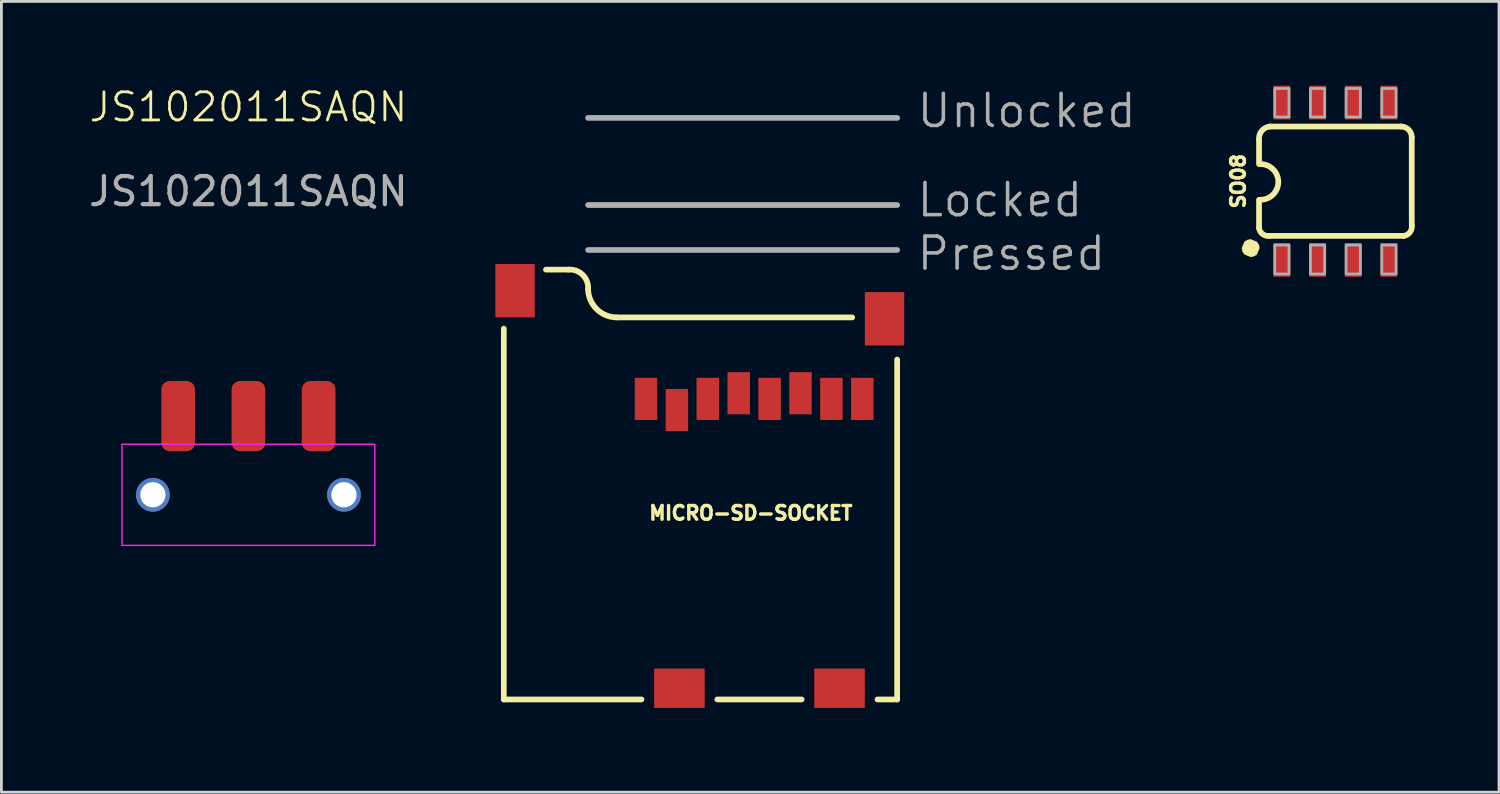
<source format=kicad_pcb>
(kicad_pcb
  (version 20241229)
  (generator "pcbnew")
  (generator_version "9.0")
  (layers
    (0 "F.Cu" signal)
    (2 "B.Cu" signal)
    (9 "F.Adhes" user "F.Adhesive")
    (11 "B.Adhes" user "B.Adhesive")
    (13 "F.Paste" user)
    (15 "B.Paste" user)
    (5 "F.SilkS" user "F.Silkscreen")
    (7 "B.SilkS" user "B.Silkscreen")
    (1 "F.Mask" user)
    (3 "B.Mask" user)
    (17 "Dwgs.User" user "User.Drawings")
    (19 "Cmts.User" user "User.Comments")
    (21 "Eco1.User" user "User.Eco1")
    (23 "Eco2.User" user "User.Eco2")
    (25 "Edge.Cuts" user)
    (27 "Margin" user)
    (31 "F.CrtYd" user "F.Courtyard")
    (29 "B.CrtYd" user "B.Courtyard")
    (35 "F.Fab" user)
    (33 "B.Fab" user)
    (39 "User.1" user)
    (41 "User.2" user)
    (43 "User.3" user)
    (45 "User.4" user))
  (footprint "JS102011SAQN"
    (layer "F.Cu")
    (at 5.792 11.761)
    (property "Reference" "JS102011SAQN" (at 0 -11 0) (unlocked yes) (layer "F.SilkS") (effects (font (size 1 1) (thickness 0.1))))
    (attr smd)
    (fp_rect (start -4.5 1) (end 4.5 4.6) (stroke (width 0.05) (type default)) (fill no) (layer "F.CrtYd"))
    (fp_text user "${REFERENCE}" (at 0 -8 0) (unlocked yes) (layer "F.Fab") (effects (font (size 1 1) (thickness 0.15))))
    (pad "" np_thru_hole circle (at -3.4 2.8) (size 1.2 1.2) (drill 0.9) (layers "*.Cu" "*.Mask"))
    (pad "" np_thru_hole circle (at 3.4 2.8) (size 1.2 1.2) (drill 0.9) (layers "*.Cu" "*.Mask"))
    (pad "1" smd roundrect (at -2.5 0) (size 1.2 2.5) (layers "F.Cu" "F.Mask" "F.Paste") (roundrect_rratio 0.25))
    (pad "2" smd roundrect (at 0 0) (size 1.2 2.5) (layers "F.Cu" "F.Mask" "F.Paste") (roundrect_rratio 0.25))
    (pad "3" smd roundrect (at 2.5 0) (size 1.2 2.5) (layers "F.Cu" "F.Mask" "F.Paste") (roundrect_rratio 0.25)))
  (footprint "MICRO-SD-SOCKET"
    (layer "F.Cu")
    (at 28.883 21.847)
    (property "Reference" "MICRO-SD-SOCKET" (at -8.89 -6.35 0) (layer "F.SilkS") (effects (font (size 0.488 0.488) (thickness 0.122)) (justify left bottom)))
    (fp_line (start -14 0) (end -14 -13.2) (stroke (width 0.203) (type solid)) (layer "F.SilkS"))
    (fp_line (start -14 0) (end -9.1 0) (stroke (width 0.203) (type solid)) (layer "F.SilkS"))
    (fp_line (start -11.7 -15.3) (end -12.5 -15.3) (stroke (width 0.203) (type solid)) (layer "F.SilkS"))
    (fp_line (start -10 -13.6) (end -1.6 -13.6) (stroke (width 0.203) (type solid)) (layer "F.SilkS"))
    (fp_line (start -3.4 0) (end -6.4 0) (stroke (width 0.203) (type solid)) (layer "F.SilkS"))
    (fp_line (start 0 -12.1) (end 0 0) (stroke (width 0.203) (type solid)) (layer "F.SilkS"))
    (fp_line (start 0 0) (end -0.7 0) (stroke (width 0.203) (type solid)) (layer "F.SilkS"))
    (fp_arc (start -11.7 -15.3) (mid -11.189022 -15.110978) (end -10.999999 -14.600001) (stroke (width 0.2032) (type solid)) (layer "F.SilkS"))
    (fp_arc (start -10.000001 -13.599999) (mid -10.700001 -13.9) (end -11 -14.6) (stroke (width 0.2032) (type solid)) (layer "F.SilkS"))
    (fp_line (start -11 -16) (end 0 -16) (stroke (width 0.203) (type solid)) (layer "F.Fab"))
    (fp_line (start 0 -20.7) (end -11 -20.7) (stroke (width 0.203) (type solid)) (layer "F.Fab"))
    (fp_line (start 0 -17.6) (end -11 -17.6) (stroke (width 0.203) (type solid)) (layer "F.Fab"))
    (fp_text user "Locked" (at 0.635 -17.78 0) (layer "F.Fab") (effects (font (size 1.143 1.143) (thickness 0.127)) (justify left)))
    (fp_text user "Pressed" (at 0.635 -15.875 0) (layer "F.Fab") (effects (font (size 1.143 1.143) (thickness 0.127)) (justify left)))
    (fp_text user "Unlocked" (at 0.635 -20.955 0) (layer "F.Fab") (effects (font (size 1.143 1.143) (thickness 0.127)) (justify left)))
    (pad "CD1" smd rect (at -2.05 -0.4) (size 1.8 1.4) (layers "F.Cu" "F.Mask" "F.Paste"))
    (pad "CD2" smd rect (at -7.75 -0.4) (size 1.8 1.4) (layers "F.Cu" "F.Mask" "F.Paste"))
    (pad "CS/DAT3" smd rect (at -7.84 -10.3) (size 0.8 1.5) (layers "F.Cu" "F.Mask" "F.Paste"))
    (pad "DAT1" smd rect (at -1.24 -10.7) (size 0.8 1.5) (layers "F.Cu" "F.Mask" "F.Paste"))
    (pad "DAT2" smd rect (at -8.94 -10.7) (size 0.8 1.5) (layers "F.Cu" "F.Mask" "F.Paste"))
    (pad "DI/CMD" smd rect (at -6.74 -10.7) (size 0.8 1.5) (layers "F.Cu" "F.Mask" "F.Paste"))
    (pad "DO/DAT0" smd rect (at -2.34 -10.7) (size 0.8 1.5) (layers "F.Cu" "F.Mask" "F.Paste"))
    (pad "GND" smd rect (at -3.44 -10.9) (size 0.8 1.5) (layers "F.Cu" "F.Mask" "F.Paste"))
    (pad "GND1" smd rect (at -13.6 -14.55) (size 1.4 1.9) (layers "F.Cu" "F.Mask" "F.Paste"))
    (pad "GND3" smd rect (at -0.45 -13.55) (size 1.4 1.9) (layers "F.Cu" "F.Mask" "F.Paste"))
    (pad "SCLK" smd rect (at -4.54 -10.7) (size 0.8 1.5) (layers "F.Cu" "F.Mask" "F.Paste"))
    (pad "VCC" smd rect (at -5.64 -10.9) (size 0.8 1.5) (layers "F.Cu" "F.Mask" "F.Paste")))
  (footprint "SO08"
    (layer "F.Cu")
    (at 44.482 3.4)
    (property "Reference" "SO08" (at -3.175 0 90) (layer "F.SilkS") (effects (font (size 0.488 0.488) (thickness 0.122)) (justify bottom)))
    (fp_line (start -2.718 -1.453) (end -2.718 -0.61) (stroke (width 0.203) (type solid)) (layer "F.SilkS"))
    (fp_line (start -2.718 1.665) (end -2.718 0.66) (stroke (width 0.203) (type solid)) (layer "F.SilkS"))
    (fp_line (start -2.337 1.946) (end 2.437 1.946) (stroke (width 0.203) (type solid)) (layer "F.SilkS"))
    (fp_line (start 2.337 -1.946) (end -2.337 -1.946) (stroke (width 0.203) (type solid)) (layer "F.SilkS"))
    (fp_line (start 2.718 1.565) (end 2.718 -1.565) (stroke (width 0.203) (type solid)) (layer "F.SilkS"))
    (fp_arc (start -2.7178 -1.4653) (mid -2.626948 -1.784731) (end -2.3368 -1.9463) (stroke (width 0.2032) (type solid)) (layer "F.SilkS"))
    (fp_arc (start -2.667 -0.6096) (mid -2.032 0.0254) (end -2.667 0.6604) (stroke (width 0.2032) (type solid)) (layer "F.SilkS"))
    (fp_arc (start -2.336799 1.946301) (mid -2.58554 1.884767) (end -2.7178 1.6653) (stroke (width 0.2032) (type solid)) (layer "F.SilkS"))
    (fp_arc (start 2.3368 -1.9463) (mid 2.606237 -1.834736) (end 2.7178 -1.565298) (stroke (width 0.2032) (type solid)) (layer "F.SilkS"))
    (fp_arc (start 2.7178 1.5653) (mid 2.656208 1.813997) (end 2.4368 1.9463) (stroke (width 0.2032) (type solid)) (layer "F.SilkS"))
    (fp_poly (pts (xy -2.791 2.156) (xy -2.722 2.259) (xy -2.697 2.381) (xy -2.791 2.607) (xy -2.894 2.676) (xy -3.016 2.7) (xy -3.242 2.607) (xy -3.311 2.503) (xy -3.335 2.381) (xy -3.242 2.156) (xy -3.138 2.087) (xy -3.016 2.062)) (stroke (width 0) (type default)) (fill yes) (layer "F.SilkS"))
    (fp_poly (pts (xy -2.159 -2.286) (xy -1.651 -2.286) (xy -1.651 -3.302) (xy -2.159 -3.302)) (stroke (width 0.1) (type default)) (fill no) (layer "F.Fab"))
    (fp_poly (pts (xy -2.159 3.302) (xy -1.651 3.302) (xy -1.651 2.273) (xy -2.159 2.273)) (stroke (width 0.1) (type default)) (fill no) (layer "F.Fab"))
    (fp_poly (pts (xy -0.889 -2.286) (xy -0.381 -2.286) (xy -0.381 -3.302) (xy -0.889 -3.302)) (stroke (width 0.1) (type default)) (fill no) (layer "F.Fab"))
    (fp_poly (pts (xy -0.889 3.302) (xy -0.381 3.302) (xy -0.381 2.273) (xy -0.889 2.273)) (stroke (width 0.1) (type default)) (fill no) (layer "F.Fab"))
    (fp_poly (pts (xy 0.381 -2.286) (xy 0.889 -2.286) (xy 0.889 -3.302) (xy 0.381 -3.302)) (stroke (width 0.1) (type default)) (fill no) (layer "F.Fab"))
    (fp_poly (pts (xy 0.381 3.302) (xy 0.889 3.302) (xy 0.889 2.273) (xy 0.381 2.273)) (stroke (width 0.1) (type default)) (fill no) (layer "F.Fab"))
    (fp_poly (pts (xy 1.651 -2.286) (xy 2.159 -2.286) (xy 2.159 -3.302) (xy 1.651 -3.302)) (stroke (width 0.1) (type default)) (fill no) (layer "F.Fab"))
    (fp_poly (pts (xy 1.651 3.302) (xy 2.159 3.302) (xy 2.159 2.273) (xy 1.651 2.273)) (stroke (width 0.1) (type default)) (fill no) (layer "F.Fab"))
    (pad "1" smd rect (at -1.905 2.8) (size 0.6 1.2) (layers "F.Cu" "F.Mask" "F.Paste"))
    (pad "2" smd rect (at -0.635 2.8) (size 0.6 1.2) (layers "F.Cu" "F.Mask" "F.Paste"))
    (pad "3" smd rect (at 0.635 2.8) (size 0.6 1.2) (layers "F.Cu" "F.Mask" "F.Paste"))
    (pad "4" smd rect (at 1.905 2.8) (size 0.6 1.2) (layers "F.Cu" "F.Mask" "F.Paste"))
    (pad "5" smd rect (at 1.905 -2.8) (size 0.6 1.2) (layers "F.Cu" "F.Mask" "F.Paste"))
    (pad "6" smd rect (at 0.635 -2.8) (size 0.6 1.2) (layers "F.Cu" "F.Mask" "F.Paste"))
    (pad "7" smd rect (at -0.635 -2.8) (size 0.6 1.2) (layers "F.Cu" "F.Mask" "F.Paste"))
    (pad "8" smd rect (at -1.905 -2.8) (size 0.6 1.2) (layers "F.Cu" "F.Mask" "F.Paste")))
  (gr_rect
    (start -3 -3)
    (end 50.306 25.147)
    (stroke (width 0.1) (type default))
    (fill no)
    (layer "Edge.Cuts")))
</source>
